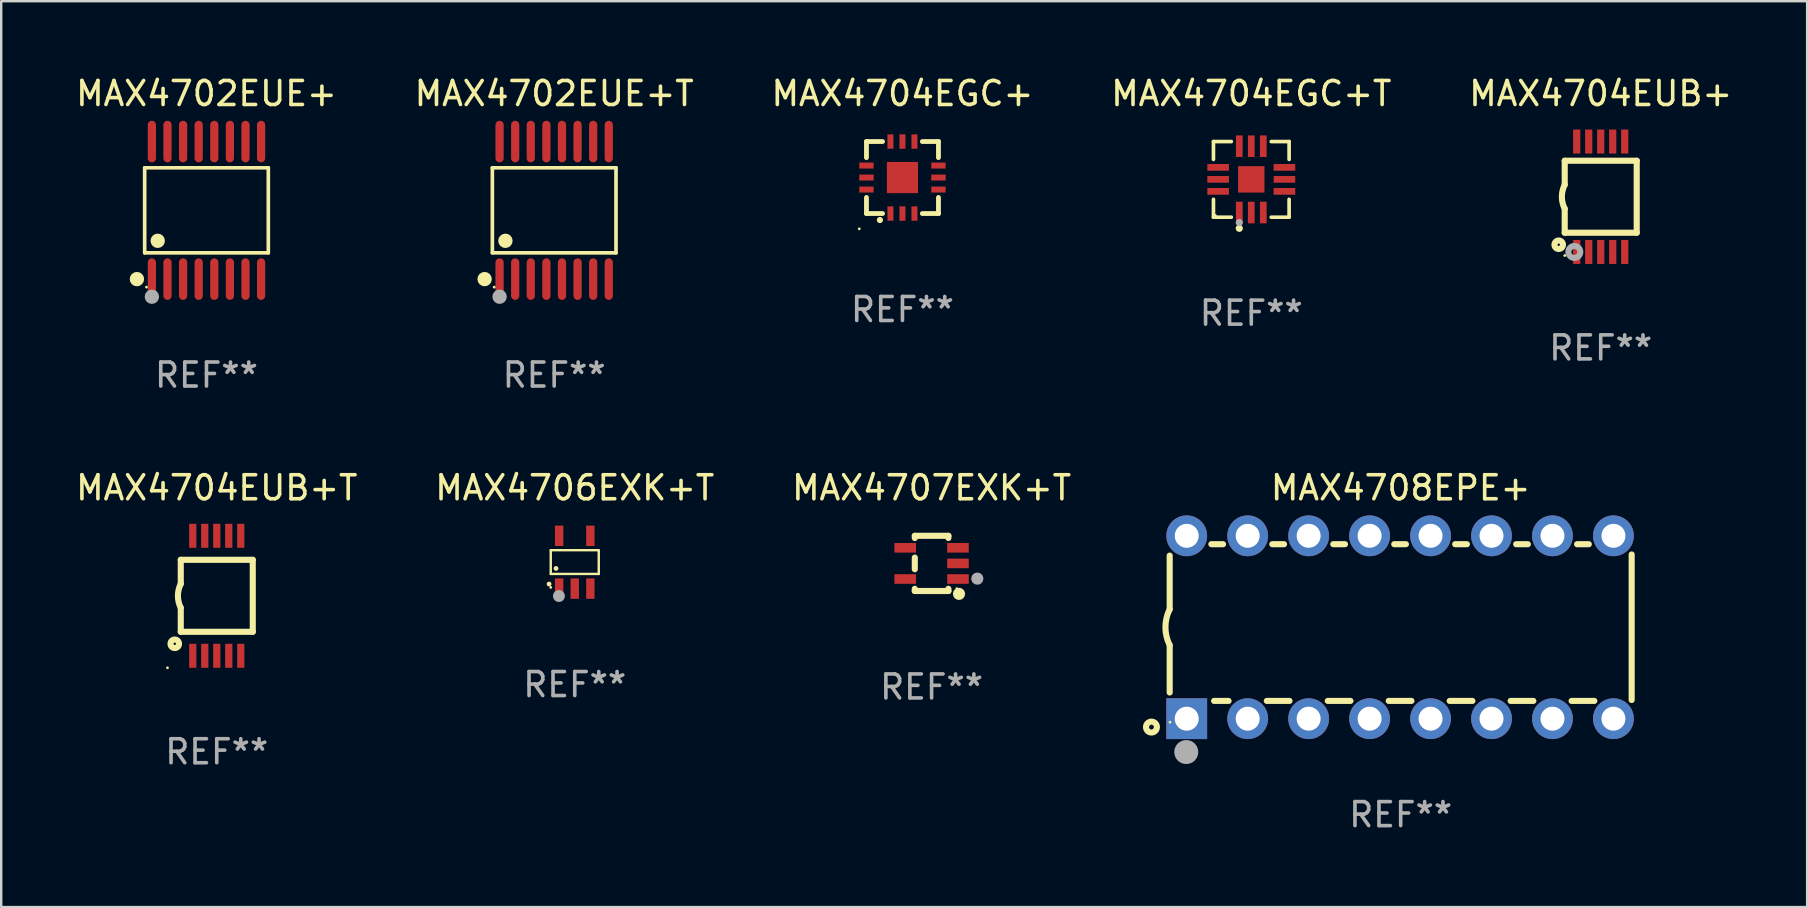
<source format=kicad_pcb>
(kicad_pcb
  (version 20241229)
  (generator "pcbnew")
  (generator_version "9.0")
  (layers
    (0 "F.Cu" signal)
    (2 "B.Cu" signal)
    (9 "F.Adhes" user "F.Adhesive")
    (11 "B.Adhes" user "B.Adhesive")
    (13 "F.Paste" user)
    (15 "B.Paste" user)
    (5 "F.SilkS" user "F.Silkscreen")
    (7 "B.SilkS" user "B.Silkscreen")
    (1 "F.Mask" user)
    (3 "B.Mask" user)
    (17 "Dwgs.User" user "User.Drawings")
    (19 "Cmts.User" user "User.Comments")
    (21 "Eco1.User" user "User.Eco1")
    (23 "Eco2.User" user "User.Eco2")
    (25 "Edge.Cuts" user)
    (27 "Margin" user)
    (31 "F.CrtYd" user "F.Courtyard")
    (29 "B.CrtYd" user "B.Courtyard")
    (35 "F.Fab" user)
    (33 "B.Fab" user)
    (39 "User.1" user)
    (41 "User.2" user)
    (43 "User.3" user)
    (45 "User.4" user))
  (footprint "MAX4704EUB+T"
    (layer "F.Cu")
    (at 5.982 21.776)
    (property "Reference" "MAX4704EUB+T" (at 0 -4.5 0) (layer "F.SilkS") (effects (font (size 1 1) (thickness 0.15))))
    (attr through_hole)
    (fp_line (start -1.5 -1.5) (end -1.5 -0.5) (stroke (width 0.254) (type solid)) (layer "F.SilkS"))
    (fp_line (start -1.5 1.5) (end -1.5 0.5) (stroke (width 0.254) (type solid)) (layer "F.SilkS"))
    (fp_line (start -1.5 1.5) (end 1.5 1.5) (stroke (width 0.254) (type solid)) (layer "F.SilkS"))
    (fp_line (start 1.5 1.5) (end 1.5 -1.5) (stroke (width 0.254) (type solid)) (layer "F.SilkS"))
    (fp_line (start 1.5 -1.5) (end -1.5 -1.5) (stroke (width 0.254) (type solid)) (layer "F.SilkS"))
    (fp_arc (start -1.500165 0.499873) (mid -1.618199 -0.000127) (end -1.500165 -0.500127) (stroke (width 0.254001) (type solid)) (layer "F.SilkS"))
    (fp_circle (center -2.054 3) (end -2.024 3) (stroke (width 0.06) (type solid)) (fill no) (layer "F.SilkS"))
    (fp_circle (center -1.75 2) (end -1.573 2) (stroke (width 0.254) (type solid)) (fill no) (layer "F.SilkS"))
    (fp_text user "REF**" (at 0 6.5 0) (layer "F.Fab") (effects (font (size 1 1) (thickness 0.15))))
    (pad "1" smd rect (at -0.999 2.5 180) (size 0.3 1) (layers "F.Cu" "F.Mask" "F.Paste"))
    (pad "2" smd rect (at -0.499 2.5 180) (size 0.3 1) (layers "F.Cu" "F.Mask" "F.Paste"))
    (pad "3" smd rect (at 0.001 2.5 180) (size 0.3 1) (layers "F.Cu" "F.Mask" "F.Paste"))
    (pad "4" smd rect (at 0.501 2.5 180) (size 0.3 1) (layers "F.Cu" "F.Mask" "F.Paste"))
    (pad "5" smd rect (at 1.001 2.5 180) (size 0.3 1) (layers "F.Cu" "F.Mask" "F.Paste"))
    (pad "6" smd rect (at 1 -2.5 180) (size 0.3 1) (layers "F.Cu" "F.Mask" "F.Paste"))
    (pad "7" smd rect (at 0.5 -2.5 180) (size 0.3 1) (layers "F.Cu" "F.Mask" "F.Paste"))
    (pad "8" smd rect (at -0.000165 -2.5 180) (size 0.3 1) (layers "F.Cu" "F.Mask" "F.Paste"))
    (pad "9" smd rect (at -0.5 -2.5 180) (size 0.3 1) (layers "F.Cu" "F.Mask" "F.Paste"))
    (pad "10" smd rect (at -1 -2.5 180) (size 0.3 1) (layers "F.Cu" "F.Mask" "F.Paste")))
  (footprint "MAX4707EXK+T"
    (layer "F.Cu")
    (at 35.768 20.426)
    (property "Reference" "MAX4707EXK+T" (at 0 -3.15 0) (layer "F.SilkS") (effects (font (size 1 1) (thickness 0.15))))
    (attr through_hole)
    (fp_line (start -0.7 -1.15) (end 0.7 -1.15) (stroke (width 0.254) (type solid)) (layer "F.SilkS"))
    (fp_line (start -0.7 -1.058) (end -0.7 -1.15) (stroke (width 0.254) (type solid)) (layer "F.SilkS"))
    (fp_line (start -0.7 0.242) (end -0.7 -0.242) (stroke (width 0.254) (type solid)) (layer "F.SilkS"))
    (fp_line (start -0.7 1.15) (end -0.7 1.058) (stroke (width 0.254) (type solid)) (layer "F.SilkS"))
    (fp_line (start -0.7 1.15) (end 0.7 1.15) (stroke (width 0.254) (type solid)) (layer "F.SilkS"))
    (fp_line (start 0.7 -1.058) (end 0.7 -1.15) (stroke (width 0.254) (type solid)) (layer "F.SilkS"))
    (fp_line (start 0.7 1.15) (end 0.7 1.058) (stroke (width 0.254) (type solid)) (layer "F.SilkS"))
    (fp_circle (center 1.053 1.052) (end 1.083 1.052) (stroke (width 0.06) (type solid)) (fill no) (layer "F.SilkS"))
    (fp_circle (center 1.143 1.27) (end 1.27 1.27) (stroke (width 0.254) (type solid)) (fill no) (layer "F.SilkS"))
    (fp_circle (center 1.905 0.635) (end 2.032 0.635) (stroke (width 0.254) (type solid)) (fill no) (layer "F.Fab"))
    (fp_text user "REF**" (at 0 5.15 0) (layer "F.Fab") (effects (font (size 1 1) (thickness 0.15))))
    (pad "1" smd rect (at 1.1 0.65 90) (size 0.4 0.9) (layers "F.Cu" "F.Mask" "F.Paste"))
    (pad "2" smd rect (at 1.1 0.000076 90) (size 0.4 0.9) (layers "F.Cu" "F.Mask" "F.Paste"))
    (pad "3" smd rect (at 1.1 -0.65 90) (size 0.4 0.9) (layers "F.Cu" "F.Mask" "F.Paste"))
    (pad "4" smd rect (at -1.1 -0.65 90) (size 0.4 0.9) (layers "F.Cu" "F.Mask" "F.Paste"))
    (pad "5" smd rect (at -1.1 0.65 90) (size 0.4 0.9) (layers "F.Cu" "F.Mask" "F.Paste")))
  (footprint "MAX4702EUE+"
    (layer "F.Cu")
    (at 5.554 5.714)
    (property "Reference" "MAX4702EUE+" (at 0 -4.866 0) (layer "F.SilkS") (effects (font (size 1 1) (thickness 0.15))))
    (attr through_hole)
    (fp_line (start -2.576 -1.772) (end 2.576 -1.772) (stroke (width 0.152) (type solid)) (layer "F.SilkS"))
    (fp_line (start -2.576 1.771) (end -2.576 -1.772) (stroke (width 0.152) (type solid)) (layer "F.SilkS"))
    (fp_line (start 2.576 -1.772) (end 2.576 1.771) (stroke (width 0.152) (type solid)) (layer "F.SilkS"))
    (fp_line (start 2.576 1.771) (end -2.576 1.771) (stroke (width 0.152) (type solid)) (layer "F.SilkS"))
    (fp_circle (center -2.899 2.866) (end -2.749 2.866) (stroke (width 0.3) (type solid)) (fill no) (layer "F.SilkS"))
    (fp_circle (center -2.5 3.2) (end -2.47 3.2) (stroke (width 0.06) (type solid)) (fill no) (layer "F.SilkS"))
    (fp_circle (center -2.032 1.27) (end -1.882 1.27) (stroke (width 0.3) (type solid)) (fill no) (layer "F.SilkS"))
    (fp_circle (center -2.275 3.6) (end -2.125 3.6) (stroke (width 0.3) (type solid)) (fill no) (layer "F.Fab"))
    (fp_text user "REF**" (at 0 6.866 0) (layer "F.Fab") (effects (font (size 1 1) (thickness 0.15))))
    (pad "1" smd oval (at -2.275 2.866) (size 0.343 1.731) (layers "F.Cu" "F.Mask" "F.Paste"))
    (pad "2" smd oval (at -1.625 2.866) (size 0.343 1.731) (layers "F.Cu" "F.Mask" "F.Paste"))
    (pad "3" smd oval (at -0.975 2.866) (size 0.343 1.731) (layers "F.Cu" "F.Mask" "F.Paste"))
    (pad "4" smd oval (at -0.325 2.866) (size 0.343 1.731) (layers "F.Cu" "F.Mask" "F.Paste"))
    (pad "5" smd oval (at 0.325 2.866) (size 0.343 1.731) (layers "F.Cu" "F.Mask" "F.Paste"))
    (pad "6" smd oval (at 0.975 2.866) (size 0.343 1.731) (layers "F.Cu" "F.Mask" "F.Paste"))
    (pad "7" smd oval (at 1.625 2.866) (size 0.343 1.731) (layers "F.Cu" "F.Mask" "F.Paste"))
    (pad "8" smd oval (at 2.275 2.866) (size 0.343 1.731) (layers "F.Cu" "F.Mask" "F.Paste"))
    (pad "9" smd oval (at 2.275 -2.866) (size 0.343 1.731) (layers "F.Cu" "F.Mask" "F.Paste"))
    (pad "10" smd oval (at 1.625 -2.866) (size 0.343 1.731) (layers "F.Cu" "F.Mask" "F.Paste"))
    (pad "11" smd oval (at 0.975 -2.866) (size 0.343 1.731) (layers "F.Cu" "F.Mask" "F.Paste"))
    (pad "12" smd oval (at 0.325 -2.866) (size 0.343 1.731) (layers "F.Cu" "F.Mask" "F.Paste"))
    (pad "13" smd oval (at -0.325 -2.866) (size 0.343 1.731) (layers "F.Cu" "F.Mask" "F.Paste"))
    (pad "14" smd oval (at -0.975 -2.866) (size 0.343 1.731) (layers "F.Cu" "F.Mask" "F.Paste"))
    (pad "15" smd oval (at -1.625 -2.866) (size 0.343 1.731) (layers "F.Cu" "F.Mask" "F.Paste"))
    (pad "16" smd oval (at -2.275 -2.866) (size 0.343 1.731) (layers "F.Cu" "F.Mask" "F.Paste")))
  (footprint "MAX4704EUB+"
    (layer "F.Cu")
    (at 63.649 5.148)
    (property "Reference" "MAX4704EUB+" (at 0 -4.3 0) (layer "F.SilkS") (effects (font (size 1 1) (thickness 0.15))))
    (attr through_hole)
    (fp_line (start -1.5 -1.5) (end -1.5 -0.5) (stroke (width 0.254) (type solid)) (layer "F.SilkS"))
    (fp_line (start -1.5 1.5) (end -1.5 0.5) (stroke (width 0.254) (type solid)) (layer "F.SilkS"))
    (fp_line (start -1.5 1.5) (end 1.5 1.5) (stroke (width 0.254) (type solid)) (layer "F.SilkS"))
    (fp_line (start 1.5 1.5) (end 1.5 -1.5) (stroke (width 0.254) (type solid)) (layer "F.SilkS"))
    (fp_line (start 1.5 -1.5) (end -1.5 -1.5) (stroke (width 0.254) (type solid)) (layer "F.SilkS"))
    (fp_arc (start -1.500165 0.5) (mid -1.618199 0) (end -1.500165 -0.5) (stroke (width 0.254001) (type solid)) (layer "F.SilkS"))
    (fp_circle (center -1.75 2) (end -1.573 2) (stroke (width 0.254) (type solid)) (fill no) (layer "F.SilkS"))
    (fp_circle (center -1.499 2.45) (end -1.469 2.45) (stroke (width 0.06) (type solid)) (fill no) (layer "F.SilkS"))
    (fp_circle (center -1.099 2.3) (end -0.975 2.3) (stroke (width 0.25) (type solid)) (fill no) (layer "F.Fab"))
    (fp_text user "REF**" (at 0 6.3 0) (layer "F.Fab") (effects (font (size 1 1) (thickness 0.15))))
    (pad "1" smd rect (at -0.999 2.3 180) (size 0.3 1) (layers "F.Cu" "F.Mask" "F.Paste"))
    (pad "2" smd rect (at -0.499 2.3 180) (size 0.3 1) (layers "F.Cu" "F.Mask" "F.Paste"))
    (pad "3" smd rect (at 0.001 2.3 180) (size 0.3 1) (layers "F.Cu" "F.Mask" "F.Paste"))
    (pad "4" smd rect (at 0.501 2.3 180) (size 0.3 1) (layers "F.Cu" "F.Mask" "F.Paste"))
    (pad "5" smd rect (at 1.001 2.3 180) (size 0.3 1) (layers "F.Cu" "F.Mask" "F.Paste"))
    (pad "6" smd rect (at 1 -2.3 180) (size 0.3 1) (layers "F.Cu" "F.Mask" "F.Paste"))
    (pad "7" smd rect (at 0.5 -2.3 180) (size 0.3 1) (layers "F.Cu" "F.Mask" "F.Paste"))
    (pad "8" smd rect (at -0.000165 -2.3 180) (size 0.3 1) (layers "F.Cu" "F.Mask" "F.Paste"))
    (pad "9" smd rect (at -0.5 -2.3 180) (size 0.3 1) (layers "F.Cu" "F.Mask" "F.Paste"))
    (pad "10" smd rect (at -1 -2.3 180) (size 0.3 1) (layers "F.Cu" "F.Mask" "F.Paste")))
  (footprint "MAX4704EGC+"
    (layer "F.Cu")
    (at 34.554 4.348)
    (property "Reference" "MAX4704EGC+" (at 0 -3.5 0) (layer "F.SilkS") (effects (font (size 1 1) (thickness 0.15))))
    (attr through_hole)
    (fp_line (start -1.5 -1.5) (end -0.829 -1.5) (stroke (width 0.2) (type solid)) (layer "F.SilkS"))
    (fp_line (start -1.5 -0.829) (end -1.5 -1.5) (stroke (width 0.2) (type solid)) (layer "F.SilkS"))
    (fp_line (start -1.5 1.5) (end -1.5 0.829) (stroke (width 0.2) (type solid)) (layer "F.SilkS"))
    (fp_line (start -0.829 1.5) (end -1.5 1.5) (stroke (width 0.2) (type solid)) (layer "F.SilkS"))
    (fp_line (start 0.829 -1.5) (end 1.5 -1.5) (stroke (width 0.2) (type solid)) (layer "F.SilkS"))
    (fp_line (start 1.5 -1.5) (end 1.5 -0.829) (stroke (width 0.2) (type solid)) (layer "F.SilkS"))
    (fp_line (start 1.5 0.829) (end 1.5 1.5) (stroke (width 0.2) (type solid)) (layer "F.SilkS"))
    (fp_line (start 1.5 1.5) (end 0.829 1.5) (stroke (width 0.2) (type solid)) (layer "F.SilkS"))
    (fp_arc (start -0.941275 1.770003) (mid -0.940005 1.769996) (end -0.938735 1.770003) (stroke (width 0.254001) (type solid)) (layer "F.SilkS"))
    (fp_circle (center -1.8 2.137) (end -1.77 2.137) (stroke (width 0.06) (type solid)) (fill no) (layer "F.SilkS"))
    (fp_text user "REF**" (at 0 5.5 0) (layer "F.Fab") (effects (font (size 1 1) (thickness 0.15))))
    (pad "1" smd rect (at -0.5 1.5 90) (size 0.6 0.25) (layers "F.Cu" "F.Mask" "F.Paste"))
    (pad "2" smd rect (at -0.000127 1.5 90) (size 0.6 0.25) (layers "F.Cu" "F.Mask" "F.Paste"))
    (pad "3" smd rect (at 0.5 1.5 90) (size 0.6 0.25) (layers "F.Cu" "F.Mask" "F.Paste"))
    (pad "4" smd rect (at 1.5 0.5 180) (size 0.6 0.25) (layers "F.Cu" "F.Mask" "F.Paste"))
    (pad "5" smd rect (at 1.5 -0.000127 180) (size 0.6 0.25) (layers "F.Cu" "F.Mask" "F.Paste"))
    (pad "6" smd rect (at 1.5 -0.5 180) (size 0.6 0.25) (layers "F.Cu" "F.Mask" "F.Paste"))
    (pad "7" smd rect (at 0.5 -1.5 270) (size 0.6 0.25) (layers "F.Cu" "F.Mask" "F.Paste"))
    (pad "8" smd rect (at -0.000127 -1.5 270) (size 0.6 0.25) (layers "F.Cu" "F.Mask" "F.Paste"))
    (pad "9" smd rect (at -0.5 -1.5 270) (size 0.6 0.25) (layers "F.Cu" "F.Mask" "F.Paste"))
    (pad "10" smd rect (at -1.5 -0.5) (size 0.6 0.25) (layers "F.Cu" "F.Mask" "F.Paste"))
    (pad "11" smd rect (at -1.5 -0.000127) (size 0.6 0.25) (layers "F.Cu" "F.Mask" "F.Paste"))
    (pad "12" smd rect (at -1.5 0.5) (size 0.6 0.25) (layers "F.Cu" "F.Mask" "F.Paste"))
    (pad "13" smd rect (at -0.000127 -0.000127 90) (size 1.3 1.3) (layers "F.Cu" "F.Mask" "F.Paste")))
  (footprint "MAX4708EPE+"
    (layer "F.Cu")
    (at 55.314 23.086)
    (property "Reference" "MAX4708EPE+" (at 0 -5.81 0) (layer "F.SilkS") (effects (font (size 1 1) (thickness 0.15))))
    (attr through_hole)
    (fp_line (start -9.625 -0.75) (end -9.625 -2.985) (stroke (width 0.254) (type solid)) (layer "F.SilkS"))
    (fp_line (start -9.625 0.749) (end -9.625 2.719) (stroke (width 0.254) (type solid)) (layer "F.SilkS"))
    (fp_line (start -7.889 -3.46) (end -7.401 -3.46) (stroke (width 0.254) (type solid)) (layer "F.SilkS"))
    (fp_line (start -7.775 3.07) (end -7.172 3.07) (stroke (width 0.254) (type solid)) (layer "F.SilkS"))
    (fp_line (start -5.578 3.07) (end -4.632 3.07) (stroke (width 0.254) (type solid)) (layer "F.SilkS"))
    (fp_line (start -5.349 -3.46) (end -4.861 -3.46) (stroke (width 0.254) (type solid)) (layer "F.SilkS"))
    (fp_line (start -3.038 3.07) (end -2.092 3.07) (stroke (width 0.254) (type solid)) (layer "F.SilkS"))
    (fp_line (start -2.809 -3.46) (end -2.321 -3.46) (stroke (width 0.254) (type solid)) (layer "F.SilkS"))
    (fp_line (start -0.498 3.07) (end 0.448 3.07) (stroke (width 0.254) (type solid)) (layer "F.SilkS"))
    (fp_line (start -0.269 -3.46) (end 0.219 -3.46) (stroke (width 0.254) (type solid)) (layer "F.SilkS"))
    (fp_line (start 2.042 3.07) (end 2.988 3.07) (stroke (width 0.254) (type solid)) (layer "F.SilkS"))
    (fp_line (start 2.271 -3.46) (end 2.759 -3.46) (stroke (width 0.254) (type solid)) (layer "F.SilkS"))
    (fp_line (start 4.582 3.07) (end 5.528 3.07) (stroke (width 0.254) (type solid)) (layer "F.SilkS"))
    (fp_line (start 4.811 -3.46) (end 5.299 -3.46) (stroke (width 0.254) (type solid)) (layer "F.SilkS"))
    (fp_line (start 7.122 3.07) (end 8.068 3.07) (stroke (width 0.254) (type solid)) (layer "F.SilkS"))
    (fp_line (start 7.351 -3.46) (end 7.839 -3.46) (stroke (width 0.254) (type solid)) (layer "F.SilkS"))
    (fp_line (start 9.625 3.032) (end 9.625 -3.032) (stroke (width 0.254) (type solid)) (layer "F.SilkS"))
    (fp_arc (start -9.62498 0.748819) (mid -9.801899 -0.000581) (end -9.625006 -0.749987) (stroke (width 0.254001) (type solid)) (layer "F.SilkS"))
    (fp_circle (center -10.385 4.16) (end -10.285 4.16) (stroke (width 0.254) (type solid)) (fill no) (layer "F.SilkS"))
    (fp_circle (center -9.612 3.957) (end -9.582 3.957) (stroke (width 0.06) (type solid)) (fill no) (layer "F.SilkS"))
    (fp_circle (center -8.935 5.2) (end -8.685 5.2) (stroke (width 0.5) (type solid)) (fill no) (layer "F.Fab"))
    (fp_text user "REF**" (at 0 7.81 0) (layer "F.Fab") (effects (font (size 1 1) (thickness 0.15))))
    (pad "1" thru_hole rect (at -8.915 3.81) (size 1.7 1.7) (drill 1) (layers "*.Cu" "*.Mask"))
    (pad "2" thru_hole circle (at -6.375 3.81) (size 1.7 1.7) (drill 1) (layers "*.Cu" "*.Mask"))
    (pad "3" thru_hole circle (at -3.835 3.81) (size 1.7 1.7) (drill 1) (layers "*.Cu" "*.Mask"))
    (pad "4" thru_hole circle (at -1.295 3.81) (size 1.7 1.7) (drill 1) (layers "*.Cu" "*.Mask"))
    (pad "5" thru_hole circle (at 1.245 3.81) (size 1.7 1.7) (drill 1) (layers "*.Cu" "*.Mask"))
    (pad "6" thru_hole circle (at 3.785 3.81) (size 1.7 1.7) (drill 1) (layers "*.Cu" "*.Mask"))
    (pad "7" thru_hole circle (at 6.325 3.81) (size 1.7 1.7) (drill 1) (layers "*.Cu" "*.Mask"))
    (pad "8" thru_hole circle (at 8.865 3.81) (size 1.7 1.7) (drill 1) (layers "*.Cu" "*.Mask"))
    (pad "9" thru_hole circle (at 8.865 -3.81) (size 1.7 1.7) (drill 1) (layers "*.Cu" "*.Mask"))
    (pad "10" thru_hole circle (at 6.325 -3.81) (size 1.7 1.7) (drill 1) (layers "*.Cu" "*.Mask"))
    (pad "11" thru_hole circle (at 3.785 -3.81) (size 1.7 1.7) (drill 1) (layers "*.Cu" "*.Mask"))
    (pad "12" thru_hole circle (at 1.245 -3.81) (size 1.7 1.7) (drill 1) (layers "*.Cu" "*.Mask"))
    (pad "13" thru_hole circle (at -1.295 -3.81) (size 1.7 1.7) (drill 1) (layers "*.Cu" "*.Mask"))
    (pad "14" thru_hole circle (at -3.835 -3.81) (size 1.7 1.7) (drill 1) (layers "*.Cu" "*.Mask"))
    (pad "15" thru_hole circle (at -6.375 -3.81) (size 1.7 1.7) (drill 1) (layers "*.Cu" "*.Mask"))
    (pad "16" thru_hole circle (at -8.915 -3.81) (size 1.7 1.7) (drill 1) (layers "*.Cu" "*.Mask")))
  (footprint "MAX4702EUE+T"
    (layer "F.Cu")
    (at 20.042 5.714)
    (property "Reference" "MAX4702EUE+T" (at 0 -4.866 0) (layer "F.SilkS") (effects (font (size 1 1) (thickness 0.15))))
    (attr through_hole)
    (fp_line (start -2.576 -1.772) (end 2.576 -1.772) (stroke (width 0.152) (type solid)) (layer "F.SilkS"))
    (fp_line (start -2.576 1.771) (end -2.576 -1.772) (stroke (width 0.152) (type solid)) (layer "F.SilkS"))
    (fp_line (start 2.576 -1.772) (end 2.576 1.771) (stroke (width 0.152) (type solid)) (layer "F.SilkS"))
    (fp_line (start 2.576 1.771) (end -2.576 1.771) (stroke (width 0.152) (type solid)) (layer "F.SilkS"))
    (fp_circle (center -2.899 2.866) (end -2.749 2.866) (stroke (width 0.3) (type solid)) (fill no) (layer "F.SilkS"))
    (fp_circle (center -2.5 3.2) (end -2.47 3.2) (stroke (width 0.06) (type solid)) (fill no) (layer "F.SilkS"))
    (fp_circle (center -2.032 1.27) (end -1.882 1.27) (stroke (width 0.3) (type solid)) (fill no) (layer "F.SilkS"))
    (fp_circle (center -2.275 3.6) (end -2.125 3.6) (stroke (width 0.3) (type solid)) (fill no) (layer "F.Fab"))
    (fp_text user "REF**" (at 0 6.866 0) (layer "F.Fab") (effects (font (size 1 1) (thickness 0.15))))
    (pad "1" smd oval (at -2.275 2.866) (size 0.343 1.731) (layers "F.Cu" "F.Mask" "F.Paste"))
    (pad "2" smd oval (at -1.625 2.866) (size 0.343 1.731) (layers "F.Cu" "F.Mask" "F.Paste"))
    (pad "3" smd oval (at -0.975 2.866) (size 0.343 1.731) (layers "F.Cu" "F.Mask" "F.Paste"))
    (pad "4" smd oval (at -0.325 2.866) (size 0.343 1.731) (layers "F.Cu" "F.Mask" "F.Paste"))
    (pad "5" smd oval (at 0.325 2.866) (size 0.343 1.731) (layers "F.Cu" "F.Mask" "F.Paste"))
    (pad "6" smd oval (at 0.975 2.866) (size 0.343 1.731) (layers "F.Cu" "F.Mask" "F.Paste"))
    (pad "7" smd oval (at 1.625 2.866) (size 0.343 1.731) (layers "F.Cu" "F.Mask" "F.Paste"))
    (pad "8" smd oval (at 2.275 2.866) (size 0.343 1.731) (layers "F.Cu" "F.Mask" "F.Paste"))
    (pad "9" smd oval (at 2.275 -2.866) (size 0.343 1.731) (layers "F.Cu" "F.Mask" "F.Paste"))
    (pad "10" smd oval (at 1.625 -2.866) (size 0.343 1.731) (layers "F.Cu" "F.Mask" "F.Paste"))
    (pad "11" smd oval (at 0.975 -2.866) (size 0.343 1.731) (layers "F.Cu" "F.Mask" "F.Paste"))
    (pad "12" smd oval (at 0.325 -2.866) (size 0.343 1.731) (layers "F.Cu" "F.Mask" "F.Paste"))
    (pad "13" smd oval (at -0.325 -2.866) (size 0.343 1.731) (layers "F.Cu" "F.Mask" "F.Paste"))
    (pad "14" smd oval (at -0.975 -2.866) (size 0.343 1.731) (layers "F.Cu" "F.Mask" "F.Paste"))
    (pad "15" smd oval (at -1.625 -2.866) (size 0.343 1.731) (layers "F.Cu" "F.Mask" "F.Paste"))
    (pad "16" smd oval (at -2.275 -2.866) (size 0.343 1.731) (layers "F.Cu" "F.Mask" "F.Paste")))
  (footprint "MAX4704EGC+T"
    (layer "F.Cu")
    (at 49.089 4.424)
    (property "Reference" "MAX4704EGC+T" (at 0 -3.576 0) (layer "F.SilkS") (effects (font (size 1 1) (thickness 0.15))))
    (attr through_hole)
    (fp_line (start -1.576 -1.576) (end -0.831 -1.576) (stroke (width 0.152) (type solid)) (layer "F.SilkS"))
    (fp_line (start -1.576 -0.831) (end -1.576 -1.576) (stroke (width 0.152) (type solid)) (layer "F.SilkS"))
    (fp_line (start -1.576 0.831) (end -1.576 1.576) (stroke (width 0.152) (type solid)) (layer "F.SilkS"))
    (fp_line (start -1.576 1.576) (end -0.831 1.576) (stroke (width 0.152) (type solid)) (layer "F.SilkS"))
    (fp_line (start 1.576 -1.576) (end 0.831 -1.576) (stroke (width 0.152) (type solid)) (layer "F.SilkS"))
    (fp_line (start 1.576 -0.831) (end 1.576 -1.576) (stroke (width 0.152) (type solid)) (layer "F.SilkS"))
    (fp_line (start 1.576 0.831) (end 1.576 1.576) (stroke (width 0.152) (type solid)) (layer "F.SilkS"))
    (fp_line (start 1.576 1.576) (end 0.831 1.576) (stroke (width 0.152) (type solid)) (layer "F.SilkS"))
    (fp_circle (center -1.5 1.5) (end -1.47 1.5) (stroke (width 0.06) (type solid)) (fill no) (layer "F.SilkS"))
    (fp_circle (center -0.5 2.04) (end -0.425 2.04) (stroke (width 0.15) (type solid)) (fill no) (layer "F.SilkS"))
    (fp_circle (center -0.5 1.8) (end -0.425 1.8) (stroke (width 0.15) (type solid)) (fill no) (layer "F.Fab"))
    (fp_text user "REF**" (at 0 5.576 0) (layer "F.Fab") (effects (font (size 1 1) (thickness 0.15))))
    (pad "1" smd rect (at -0.5 1.382) (size 0.28 0.9) (layers "F.Cu" "F.Mask" "F.Paste"))
    (pad "2" smd rect (at 0 1.382) (size 0.28 0.9) (layers "F.Cu" "F.Mask" "F.Paste"))
    (pad "3" smd rect (at 0.5 1.382) (size 0.28 0.9) (layers "F.Cu" "F.Mask" "F.Paste"))
    (pad "4" smd rect (at 1.382 0.5) (size 0.9 0.28) (layers "F.Cu" "F.Mask" "F.Paste"))
    (pad "5" smd rect (at 1.382 0) (size 0.9 0.28) (layers "F.Cu" "F.Mask" "F.Paste"))
    (pad "6" smd rect (at 1.382 -0.5) (size 0.9 0.28) (layers "F.Cu" "F.Mask" "F.Paste"))
    (pad "7" smd rect (at 0.5 -1.382) (size 0.28 0.9) (layers "F.Cu" "F.Mask" "F.Paste"))
    (pad "8" smd rect (at 0 -1.382) (size 0.28 0.9) (layers "F.Cu" "F.Mask" "F.Paste"))
    (pad "9" smd rect (at -0.5 -1.382) (size 0.28 0.9) (layers "F.Cu" "F.Mask" "F.Paste"))
    (pad "10" smd rect (at -1.382 -0.5) (size 0.9 0.28) (layers "F.Cu" "F.Mask" "F.Paste"))
    (pad "11" smd rect (at -1.382 0) (size 0.9 0.28) (layers "F.Cu" "F.Mask" "F.Paste"))
    (pad "12" smd rect (at -1.382 0.5) (size 0.9 0.28) (layers "F.Cu" "F.Mask" "F.Paste"))
    (pad "13" smd rect (at 0 0) (size 1.1 1.1) (layers "F.Cu" "F.Mask" "F.Paste")))
  (footprint "MAX4706EXK+T"
    (layer "F.Cu")
    (at 20.899 20.376)
    (property "Reference" "MAX4706EXK+T" (at 0 -3.1 0) (layer "F.SilkS") (effects (font (size 1 1) (thickness 0.15))))
    (attr through_hole)
    (fp_line (start -1 -0.5) (end -1 0.49) (stroke (width 0.1) (type solid)) (layer "F.SilkS"))
    (fp_line (start -1 0.49) (end 1 0.49) (stroke (width 0.1) (type solid)) (layer "F.SilkS"))
    (fp_line (start 0.99 -0.5) (end -1 -0.5) (stroke (width 0.1) (type solid)) (layer "F.SilkS"))
    (fp_line (start 1 -0.49) (end 0.99 -0.5) (stroke (width 0.1) (type solid)) (layer "F.SilkS"))
    (fp_line (start 1 0.49) (end 1 -0.49) (stroke (width 0.1) (type solid)) (layer "F.SilkS"))
    (fp_circle (center -1.07 0.91) (end -1.02 0.91) (stroke (width 0.1) (type solid)) (fill no) (layer "F.SilkS"))
    (fp_circle (center -1 1.05) (end -0.97 1.05) (stroke (width 0.06) (type solid)) (fill no) (layer "F.SilkS"))
    (fp_circle (center -0.78 0.26) (end -0.73 0.26) (stroke (width 0.1) (type solid)) (fill no) (layer "F.SilkS"))
    (fp_circle (center -0.66 1.41) (end -0.535 1.41) (stroke (width 0.25) (type solid)) (fill no) (layer "F.Fab"))
    (fp_text user "REF**" (at 0 5.1 0) (layer "F.Fab") (effects (font (size 1 1) (thickness 0.15))))
    (pad "1" smd rect (at -0.65 1.1) (size 0.35 0.85) (layers "F.Cu" "F.Mask" "F.Paste"))
    (pad "2" smd rect (at 0.000051 1.1) (size 0.35 0.85) (layers "F.Cu" "F.Mask" "F.Paste"))
    (pad "3" smd rect (at 0.65 1.1) (size 0.35 0.85) (layers "F.Cu" "F.Mask" "F.Paste"))
    (pad "4" smd rect (at 0.65 -1.1) (size 0.35 0.85) (layers "F.Cu" "F.Mask" "F.Paste"))
    (pad "5" smd rect (at -0.65 -1.1) (size 0.35 0.85) (layers "F.Cu" "F.Mask" "F.Paste")))
  (gr_rect
    (start -3 -3)
    (end 72.25 34.745)
    (stroke (width 0.1) (type default))
    (fill no)
    (layer "Edge.Cuts")))
</source>
